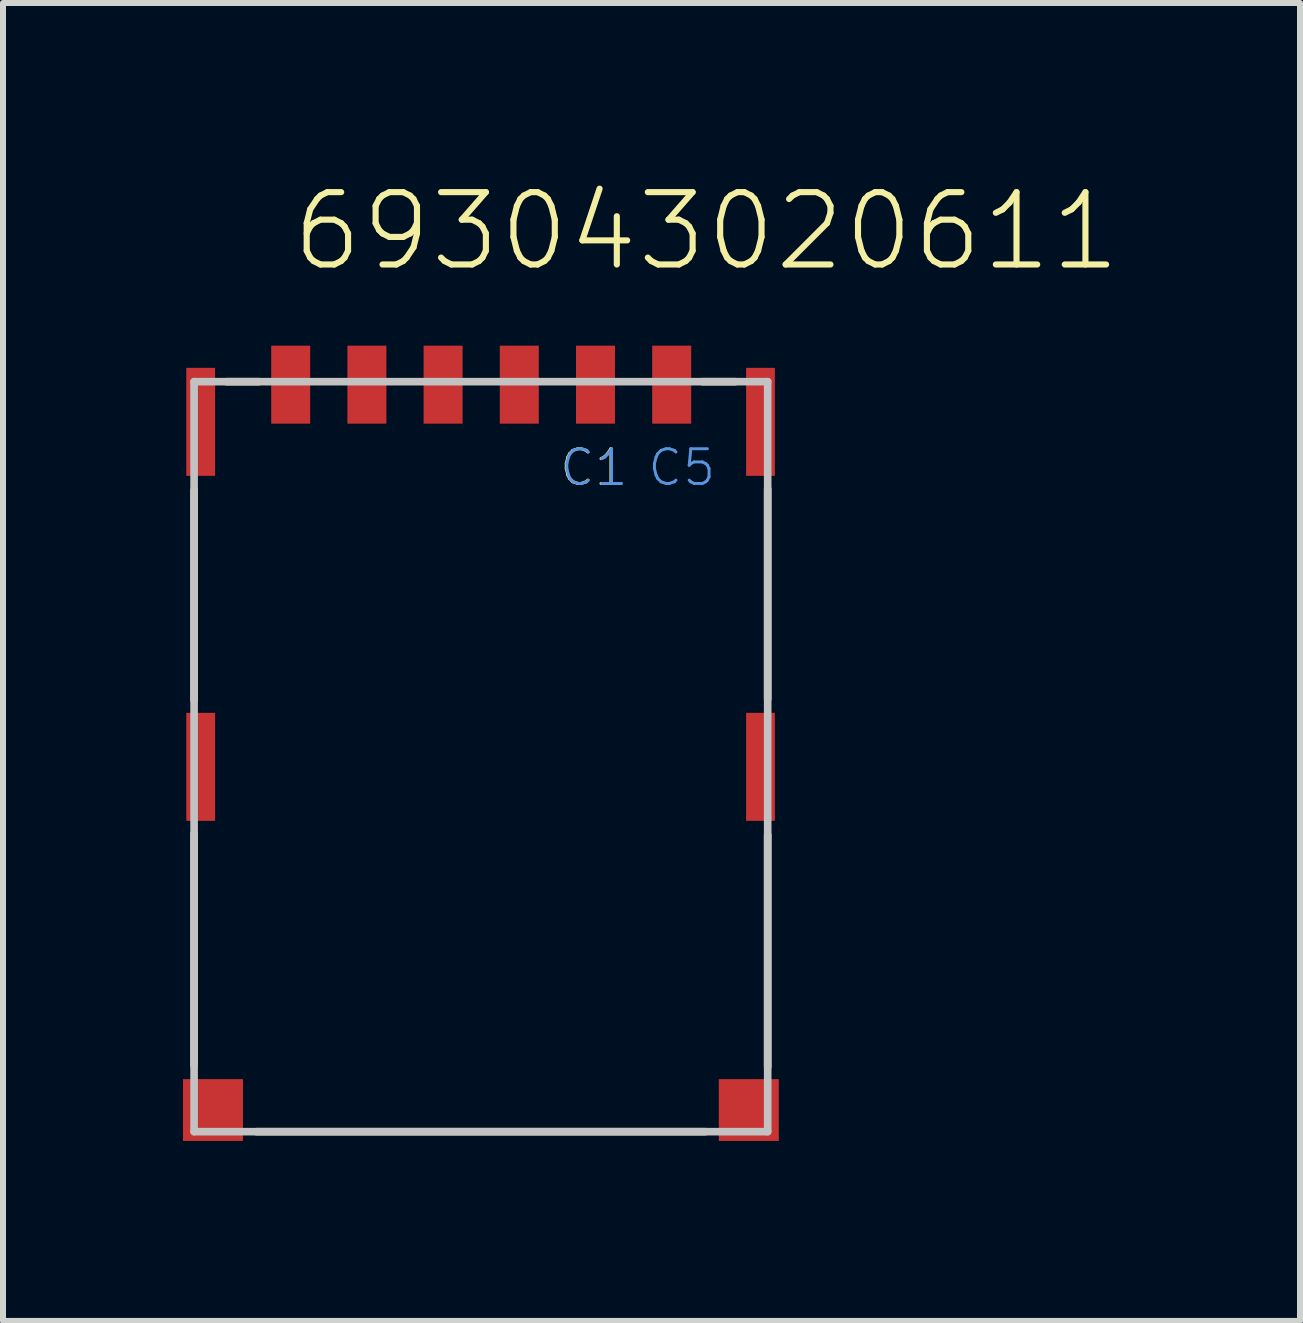
<source format=kicad_pcb>
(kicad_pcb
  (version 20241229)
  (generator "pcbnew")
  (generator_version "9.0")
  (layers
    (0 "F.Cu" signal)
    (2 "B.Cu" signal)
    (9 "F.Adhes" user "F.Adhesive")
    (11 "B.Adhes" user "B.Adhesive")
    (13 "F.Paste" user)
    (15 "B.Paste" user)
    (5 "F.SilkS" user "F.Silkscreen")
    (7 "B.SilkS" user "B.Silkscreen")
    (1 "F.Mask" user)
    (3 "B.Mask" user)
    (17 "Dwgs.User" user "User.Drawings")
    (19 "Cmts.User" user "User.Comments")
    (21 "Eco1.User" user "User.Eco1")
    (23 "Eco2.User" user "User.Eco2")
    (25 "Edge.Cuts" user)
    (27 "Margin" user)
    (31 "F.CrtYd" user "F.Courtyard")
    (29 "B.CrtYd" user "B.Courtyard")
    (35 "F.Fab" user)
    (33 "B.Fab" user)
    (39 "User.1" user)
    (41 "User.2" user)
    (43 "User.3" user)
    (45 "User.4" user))
  (footprint "693043020611"
    (layer "F.Cu")
    (at 4.965 3.311)
    (property "Reference" "693043020611" (at -3.2 -1.8 0) (layer "F.SilkS") (effects (font (size 1.206 1.206) (thickness 0.102)) (justify left bottom)))
    (attr through_hole)
    (fp_line (start -4.78 1.81) (end -4.78 5.31) (stroke (width 0.127) (type solid)) (layer "F.SilkS"))
    (fp_line (start -4.78 7.53) (end -4.78 11.4) (stroke (width 0.127) (type solid)) (layer "F.SilkS"))
    (fp_line (start -4.24 0) (end -3.7 0) (stroke (width 0.127) (type solid)) (layer "F.SilkS"))
    (fp_line (start -3.74 12.5) (end 3.74 12.5) (stroke (width 0.127) (type solid)) (layer "F.SilkS"))
    (fp_line (start 3.69 0) (end 4.24 0) (stroke (width 0.127) (type solid)) (layer "F.SilkS"))
    (fp_line (start 4.78 1.79) (end 4.78 5.29) (stroke (width 0.127) (type solid)) (layer "F.SilkS"))
    (fp_line (start 4.78 7.55) (end 4.78 11.42) (stroke (width 0.127) (type solid)) (layer "F.SilkS"))
    (fp_line (start -4.78 0) (end 4.78 0) (stroke (width 0.127) (type solid)) (layer "Dwgs.User"))
    (fp_line (start -4.78 12.5) (end -4.78 0) (stroke (width 0.127) (type solid)) (layer "Dwgs.User"))
    (fp_line (start 4.78 0) (end 4.78 12.5) (stroke (width 0.127) (type solid)) (layer "Dwgs.User"))
    (fp_line (start 4.78 12.5) (end -4.78 12.5) (stroke (width 0.127) (type solid)) (layer "Dwgs.User"))
    (fp_text user "C1" (at 1.28 1.77 0) (layer "F.SilkS") (effects (font (size 0.579 0.579) (thickness 0.049)) (justify left bottom)))
    (fp_text user "C1" (at 1.29 1.77 0) (layer "Cmts.User") (effects (font (size 0.579 0.579) (thickness 0.049)) (justify left bottom)))
    (fp_text user "C5" (at 2.75 1.77 0) (layer "Cmts.User") (effects (font (size 0.579 0.579) (thickness 0.049)) (justify left bottom)))
    (pad "C1" smd rect (at 1.91 0.05) (size 0.65 1.3) (layers "F.Cu" "F.Mask" "F.Paste"))
    (pad "C2" smd rect (at -0.63 0.05) (size 0.65 1.3) (layers "F.Cu" "F.Mask" "F.Paste"))
    (pad "C3" smd rect (at -1.9 0.05) (size 0.65 1.3) (layers "F.Cu" "F.Mask" "F.Paste"))
    (pad "C5" smd rect (at 3.18 0.05) (size 0.65 1.3) (layers "F.Cu" "F.Mask" "F.Paste"))
    (pad "C6" smd rect (at 0.64 0.05) (size 0.65 1.3) (layers "F.Cu" "F.Mask" "F.Paste"))
    (pad "C7" smd rect (at -3.17 0.05) (size 0.65 1.3) (layers "F.Cu" "F.Mask" "F.Paste"))
    (pad "Z1" smd rect (at 4.465 12.14 90) (size 1.03 1) (layers "F.Cu" "F.Mask" "F.Paste"))
    (pad "Z2" smd rect (at 4.66 6.42) (size 0.48 1.8) (layers "F.Cu" "F.Mask" "F.Paste"))
    (pad "Z3" smd rect (at 4.66 0.67) (size 0.48 1.8) (layers "F.Cu" "F.Mask" "F.Paste"))
    (pad "Z4" smd rect (at -4.67 0.67) (size 0.48 1.8) (layers "F.Cu" "F.Mask" "F.Paste"))
    (pad "Z5" smd rect (at -4.67 6.42) (size 0.48 1.8) (layers "F.Cu" "F.Mask" "F.Paste"))
    (pad "Z6" smd rect (at -4.465 12.14 90) (size 1.03 1) (layers "F.Cu" "F.Mask" "F.Paste")))
  (gr_rect
    (start -3 -3)
    (end 18.617 18.966)
    (stroke (width 0.1) (type default))
    (fill no)
    (layer "Edge.Cuts")))
</source>
